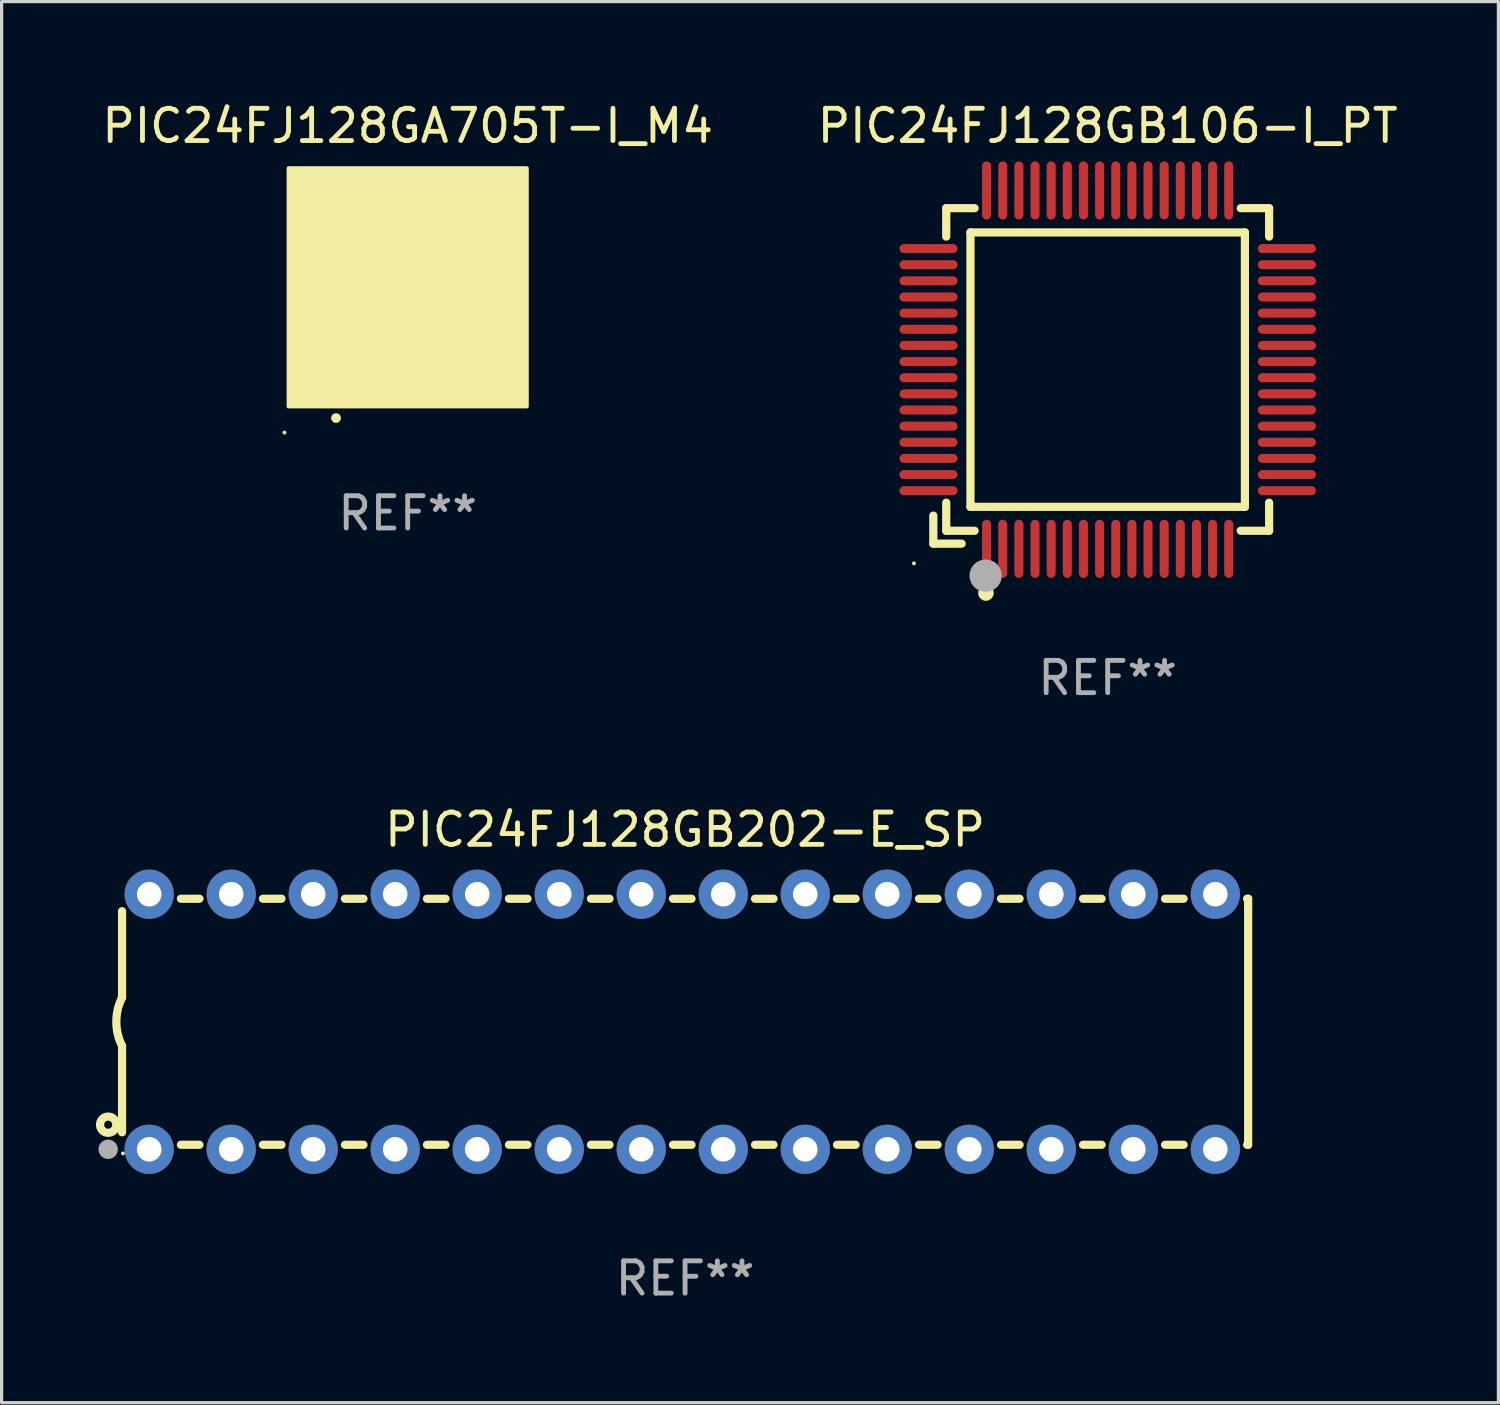
<source format=kicad_pcb>
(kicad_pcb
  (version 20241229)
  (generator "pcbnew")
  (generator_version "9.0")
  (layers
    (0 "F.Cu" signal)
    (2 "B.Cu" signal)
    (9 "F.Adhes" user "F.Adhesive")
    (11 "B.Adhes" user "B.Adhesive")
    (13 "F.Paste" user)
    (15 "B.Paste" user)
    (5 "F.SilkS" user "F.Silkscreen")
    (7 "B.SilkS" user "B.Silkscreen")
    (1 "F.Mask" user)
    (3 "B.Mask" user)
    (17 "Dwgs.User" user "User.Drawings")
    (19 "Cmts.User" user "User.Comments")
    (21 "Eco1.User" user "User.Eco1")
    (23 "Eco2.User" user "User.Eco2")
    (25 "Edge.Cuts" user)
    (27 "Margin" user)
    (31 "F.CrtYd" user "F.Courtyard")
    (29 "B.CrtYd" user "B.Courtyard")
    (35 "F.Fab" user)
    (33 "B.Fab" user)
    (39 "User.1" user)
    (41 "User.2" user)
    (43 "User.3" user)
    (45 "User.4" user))
  (footprint "PIC24FJ128GB106-I_PT"
    (layer "F.Cu")
    (at 31.256 8.398)
    (property "Reference" "PIC24FJ128GB106-I_PT" (at 0 -7.55 0) (layer "F.SilkS") (effects (font (size 1 1) (thickness 0.15))))
    (attr through_hole)
    (fp_line (start -5.4 4.521) (end -5.4 5.39) (stroke (width 0.254) (type solid)) (layer "F.SilkS"))
    (fp_line (start -5.4 5.39) (end -4.521 5.39) (stroke (width 0.254) (type solid)) (layer "F.SilkS"))
    (fp_line (start -5 -5) (end -5 -4.121) (stroke (width 0.254) (type solid)) (layer "F.SilkS"))
    (fp_line (start -5 4.121) (end -5 4.99) (stroke (width 0.254) (type solid)) (layer "F.SilkS"))
    (fp_line (start -5 4.99) (end -4.121 4.99) (stroke (width 0.254) (type solid)) (layer "F.SilkS"))
    (fp_line (start -4.25 -4.25) (end -4.25 4.25) (stroke (width 0.254) (type solid)) (layer "F.SilkS"))
    (fp_line (start -4.25 4.25) (end 4.25 4.25) (stroke (width 0.254) (type solid)) (layer "F.SilkS"))
    (fp_line (start -4.121 -5) (end -5 -5) (stroke (width 0.254) (type solid)) (layer "F.SilkS"))
    (fp_line (start 4.121 4.99) (end 5 4.99) (stroke (width 0.254) (type solid)) (layer "F.SilkS"))
    (fp_line (start 4.25 -4.25) (end -4.25 -4.25) (stroke (width 0.254) (type solid)) (layer "F.SilkS"))
    (fp_line (start 4.25 4.25) (end 4.25 -4.25) (stroke (width 0.254) (type solid)) (layer "F.SilkS"))
    (fp_line (start 5 -5) (end 4.121 -5) (stroke (width 0.254) (type solid)) (layer "F.SilkS"))
    (fp_line (start 5 -4.121) (end 5 -5) (stroke (width 0.254) (type solid)) (layer "F.SilkS"))
    (fp_line (start 5 4.99) (end 5 4.121) (stroke (width 0.254) (type solid)) (layer "F.SilkS"))
    (fp_circle (center -6 6) (end -5.97 6) (stroke (width 0.06) (type solid)) (fill no) (layer "F.SilkS"))
    (fp_circle (center -3.77 6.92) (end -3.65 6.92) (stroke (width 0.24) (type solid)) (fill no) (layer "F.SilkS"))
    (fp_circle (center -3.78 6.38) (end -3.53 6.38) (stroke (width 0.5) (type solid)) (fill no) (layer "F.Fab"))
    (fp_text user "REF**" (at 0 9.55 0) (layer "F.Fab") (effects (font (size 1 1) (thickness 0.15))))
    (pad "1" smd oval (at -3.75 5.55) (size 0.28 1.8) (layers "F.Cu" "F.Mask" "F.Paste"))
    (pad "2" smd oval (at -3.25 5.55) (size 0.28 1.8) (layers "F.Cu" "F.Mask" "F.Paste"))
    (pad "3" smd oval (at -2.75 5.55) (size 0.28 1.8) (layers "F.Cu" "F.Mask" "F.Paste"))
    (pad "4" smd oval (at -2.25 5.55) (size 0.28 1.8) (layers "F.Cu" "F.Mask" "F.Paste"))
    (pad "5" smd oval (at -1.75 5.55) (size 0.28 1.8) (layers "F.Cu" "F.Mask" "F.Paste"))
    (pad "6" smd oval (at -1.25 5.55) (size 0.28 1.8) (layers "F.Cu" "F.Mask" "F.Paste"))
    (pad "7" smd oval (at -0.75 5.55) (size 0.28 1.8) (layers "F.Cu" "F.Mask" "F.Paste"))
    (pad "8" smd oval (at -0.25 5.55) (size 0.28 1.8) (layers "F.Cu" "F.Mask" "F.Paste"))
    (pad "9" smd oval (at 0.25 5.55) (size 0.28 1.8) (layers "F.Cu" "F.Mask" "F.Paste"))
    (pad "10" smd oval (at 0.75 5.55) (size 0.28 1.8) (layers "F.Cu" "F.Mask" "F.Paste"))
    (pad "11" smd oval (at 1.25 5.55) (size 0.28 1.8) (layers "F.Cu" "F.Mask" "F.Paste"))
    (pad "12" smd oval (at 1.75 5.55) (size 0.28 1.8) (layers "F.Cu" "F.Mask" "F.Paste"))
    (pad "13" smd oval (at 2.25 5.55) (size 0.28 1.8) (layers "F.Cu" "F.Mask" "F.Paste"))
    (pad "14" smd oval (at 2.75 5.55) (size 0.28 1.8) (layers "F.Cu" "F.Mask" "F.Paste"))
    (pad "15" smd oval (at 3.25 5.55) (size 0.28 1.8) (layers "F.Cu" "F.Mask" "F.Paste"))
    (pad "16" smd oval (at 3.75 5.55) (size 0.28 1.8) (layers "F.Cu" "F.Mask" "F.Paste"))
    (pad "17" smd oval (at 5.55 3.75) (size 1.8 0.28) (layers "F.Cu" "F.Mask" "F.Paste"))
    (pad "18" smd oval (at 5.55 3.25) (size 1.8 0.28) (layers "F.Cu" "F.Mask" "F.Paste"))
    (pad "19" smd oval (at 5.55 2.75) (size 1.8 0.28) (layers "F.Cu" "F.Mask" "F.Paste"))
    (pad "20" smd oval (at 5.55 2.25) (size 1.8 0.28) (layers "F.Cu" "F.Mask" "F.Paste"))
    (pad "21" smd oval (at 5.55 1.75) (size 1.8 0.28) (layers "F.Cu" "F.Mask" "F.Paste"))
    (pad "22" smd oval (at 5.55 1.25) (size 1.8 0.28) (layers "F.Cu" "F.Mask" "F.Paste"))
    (pad "23" smd oval (at 5.55 0.75) (size 1.8 0.28) (layers "F.Cu" "F.Mask" "F.Paste"))
    (pad "24" smd oval (at 5.55 0.25) (size 1.8 0.28) (layers "F.Cu" "F.Mask" "F.Paste"))
    (pad "25" smd oval (at 5.55 -0.25) (size 1.8 0.28) (layers "F.Cu" "F.Mask" "F.Paste"))
    (pad "26" smd oval (at 5.55 -0.75) (size 1.8 0.28) (layers "F.Cu" "F.Mask" "F.Paste"))
    (pad "27" smd oval (at 5.55 -1.25) (size 1.8 0.28) (layers "F.Cu" "F.Mask" "F.Paste"))
    (pad "28" smd oval (at 5.55 -1.75) (size 1.8 0.28) (layers "F.Cu" "F.Mask" "F.Paste"))
    (pad "29" smd oval (at 5.55 -2.25) (size 1.8 0.28) (layers "F.Cu" "F.Mask" "F.Paste"))
    (pad "30" smd oval (at 5.55 -2.75) (size 1.8 0.28) (layers "F.Cu" "F.Mask" "F.Paste"))
    (pad "31" smd oval (at 5.55 -3.25) (size 1.8 0.28) (layers "F.Cu" "F.Mask" "F.Paste"))
    (pad "32" smd oval (at 5.55 -3.75) (size 1.8 0.28) (layers "F.Cu" "F.Mask" "F.Paste"))
    (pad "33" smd oval (at 3.75 -5.55) (size 0.28 1.8) (layers "F.Cu" "F.Mask" "F.Paste"))
    (pad "34" smd oval (at 3.25 -5.55) (size 0.28 1.8) (layers "F.Cu" "F.Mask" "F.Paste"))
    (pad "35" smd oval (at 2.75 -5.55) (size 0.28 1.8) (layers "F.Cu" "F.Mask" "F.Paste"))
    (pad "36" smd oval (at 2.25 -5.55) (size 0.28 1.8) (layers "F.Cu" "F.Mask" "F.Paste"))
    (pad "37" smd oval (at 1.75 -5.55) (size 0.28 1.8) (layers "F.Cu" "F.Mask" "F.Paste"))
    (pad "38" smd oval (at 1.25 -5.55) (size 0.28 1.8) (layers "F.Cu" "F.Mask" "F.Paste"))
    (pad "39" smd oval (at 0.75 -5.55) (size 0.28 1.8) (layers "F.Cu" "F.Mask" "F.Paste"))
    (pad "40" smd oval (at 0.25 -5.55) (size 0.28 1.8) (layers "F.Cu" "F.Mask" "F.Paste"))
    (pad "41" smd oval (at -0.25 -5.55) (size 0.28 1.8) (layers "F.Cu" "F.Mask" "F.Paste"))
    (pad "42" smd oval (at -0.75 -5.55) (size 0.28 1.8) (layers "F.Cu" "F.Mask" "F.Paste"))
    (pad "43" smd oval (at -1.25 -5.55) (size 0.28 1.8) (layers "F.Cu" "F.Mask" "F.Paste"))
    (pad "44" smd oval (at -1.75 -5.55) (size 0.28 1.8) (layers "F.Cu" "F.Mask" "F.Paste"))
    (pad "45" smd oval (at -2.25 -5.55) (size 0.28 1.8) (layers "F.Cu" "F.Mask" "F.Paste"))
    (pad "46" smd oval (at -2.75 -5.55) (size 0.28 1.8) (layers "F.Cu" "F.Mask" "F.Paste"))
    (pad "47" smd oval (at -3.25 -5.55) (size 0.28 1.8) (layers "F.Cu" "F.Mask" "F.Paste"))
    (pad "48" smd oval (at -3.75 -5.55) (size 0.28 1.8) (layers "F.Cu" "F.Mask" "F.Paste"))
    (pad "49" smd oval (at -5.55 -3.75) (size 1.8 0.28) (layers "F.Cu" "F.Mask" "F.Paste"))
    (pad "50" smd oval (at -5.55 -3.25) (size 1.8 0.28) (layers "F.Cu" "F.Mask" "F.Paste"))
    (pad "51" smd oval (at -5.55 -2.75) (size 1.8 0.28) (layers "F.Cu" "F.Mask" "F.Paste"))
    (pad "52" smd oval (at -5.55 -2.25) (size 1.8 0.28) (layers "F.Cu" "F.Mask" "F.Paste"))
    (pad "53" smd oval (at -5.55 -1.75) (size 1.8 0.28) (layers "F.Cu" "F.Mask" "F.Paste"))
    (pad "54" smd oval (at -5.55 -1.25) (size 1.8 0.28) (layers "F.Cu" "F.Mask" "F.Paste"))
    (pad "55" smd oval (at -5.55 -0.75) (size 1.8 0.28) (layers "F.Cu" "F.Mask" "F.Paste"))
    (pad "56" smd oval (at -5.55 -0.25) (size 1.8 0.28) (layers "F.Cu" "F.Mask" "F.Paste"))
    (pad "57" smd oval (at -5.55 0.25) (size 1.8 0.28) (layers "F.Cu" "F.Mask" "F.Paste"))
    (pad "58" smd oval (at -5.55 0.75) (size 1.8 0.28) (layers "F.Cu" "F.Mask" "F.Paste"))
    (pad "59" smd oval (at -5.55 1.25) (size 1.8 0.28) (layers "F.Cu" "F.Mask" "F.Paste"))
    (pad "60" smd oval (at -5.55 1.75) (size 1.8 0.28) (layers "F.Cu" "F.Mask" "F.Paste"))
    (pad "61" smd oval (at -5.55 2.25) (size 1.8 0.28) (layers "F.Cu" "F.Mask" "F.Paste"))
    (pad "62" smd oval (at -5.55 2.75) (size 1.8 0.28) (layers "F.Cu" "F.Mask" "F.Paste"))
    (pad "63" smd oval (at -5.55 3.25) (size 1.8 0.28) (layers "F.Cu" "F.Mask" "F.Paste"))
    (pad "64" smd oval (at -5.55 3.75) (size 1.8 0.28) (layers "F.Cu" "F.Mask" "F.Paste")))
  (footprint "PIC24FJ128GB202-E_SP"
    (layer "F.Cu")
    (at 18.168 28.595)
    (property "Reference" "PIC24FJ128GB202-E_SP" (at 0 -5.95 0) (layer "F.SilkS") (effects (font (size 1 1) (thickness 0.15))))
    (attr through_hole)
    (fp_line (start -17.438 0.75) (end -17.438 3.423) (stroke (width 0.254) (type solid)) (layer "F.SilkS"))
    (fp_line (start -17.438 -3.423) (end -17.438 -0.75) (stroke (width 0.254) (type solid)) (layer "F.SilkS"))
    (fp_line (start -15.615 3.81) (end -15.041 3.81) (stroke (width 0.254) (type solid)) (layer "F.SilkS"))
    (fp_line (start -15.041 -3.81) (end -15.614 -3.81) (stroke (width 0.254) (type solid)) (layer "F.SilkS"))
    (fp_line (start -13.075 3.81) (end -12.501 3.81) (stroke (width 0.254) (type solid)) (layer "F.SilkS"))
    (fp_line (start -12.501 -3.81) (end -13.074 -3.81) (stroke (width 0.254) (type solid)) (layer "F.SilkS"))
    (fp_line (start -10.535 3.81) (end -9.961 3.81) (stroke (width 0.254) (type solid)) (layer "F.SilkS"))
    (fp_line (start -9.961 -3.81) (end -10.534 -3.81) (stroke (width 0.254) (type solid)) (layer "F.SilkS"))
    (fp_line (start -7.995 3.81) (end -7.421 3.81) (stroke (width 0.254) (type solid)) (layer "F.SilkS"))
    (fp_line (start -7.421 -3.81) (end -7.995 -3.81) (stroke (width 0.254) (type solid)) (layer "F.SilkS"))
    (fp_line (start -5.455 3.81) (end -4.881 3.81) (stroke (width 0.254) (type solid)) (layer "F.SilkS"))
    (fp_line (start -4.881 -3.81) (end -5.455 -3.81) (stroke (width 0.254) (type solid)) (layer "F.SilkS"))
    (fp_line (start -2.915 3.81) (end -2.341 3.81) (stroke (width 0.254) (type solid)) (layer "F.SilkS"))
    (fp_line (start -2.341 -3.81) (end -2.915 -3.81) (stroke (width 0.254) (type solid)) (layer "F.SilkS"))
    (fp_line (start -0.375 3.81) (end 0.199 3.81) (stroke (width 0.254) (type solid)) (layer "F.SilkS"))
    (fp_line (start 0.199 -3.81) (end -0.375 -3.81) (stroke (width 0.254) (type solid)) (layer "F.SilkS"))
    (fp_line (start 2.165 3.81) (end 2.739 3.81) (stroke (width 0.254) (type solid)) (layer "F.SilkS"))
    (fp_line (start 2.739 -3.81) (end 2.165 -3.81) (stroke (width 0.254) (type solid)) (layer "F.SilkS"))
    (fp_line (start 4.705 3.81) (end 5.279 3.81) (stroke (width 0.254) (type solid)) (layer "F.SilkS"))
    (fp_line (start 5.279 -3.81) (end 4.705 -3.81) (stroke (width 0.254) (type solid)) (layer "F.SilkS"))
    (fp_line (start 7.245 3.81) (end 7.819 3.81) (stroke (width 0.254) (type solid)) (layer "F.SilkS"))
    (fp_line (start 7.819 -3.81) (end 7.245 -3.81) (stroke (width 0.254) (type solid)) (layer "F.SilkS"))
    (fp_line (start 9.785 3.81) (end 10.359 3.81) (stroke (width 0.254) (type solid)) (layer "F.SilkS"))
    (fp_line (start 10.359 -3.81) (end 9.785 -3.81) (stroke (width 0.254) (type solid)) (layer "F.SilkS"))
    (fp_line (start 12.325 3.81) (end 12.899 3.81) (stroke (width 0.254) (type solid)) (layer "F.SilkS"))
    (fp_line (start 12.899 -3.81) (end 12.325 -3.81) (stroke (width 0.254) (type solid)) (layer "F.SilkS"))
    (fp_line (start 14.865 3.81) (end 15.439 3.81) (stroke (width 0.254) (type solid)) (layer "F.SilkS"))
    (fp_line (start 15.439 -3.81) (end 14.865 -3.81) (stroke (width 0.254) (type solid)) (layer "F.SilkS"))
    (fp_line (start 17.405 3.81) (end 17.438 3.81) (stroke (width 0.254) (type solid)) (layer "F.SilkS"))
    (fp_line (start 17.438 -3.81) (end 17.405 -3.81) (stroke (width 0.254) (type solid)) (layer "F.SilkS"))
    (fp_line (start 17.438 -3.556) (end 17.438 -3.81) (stroke (width 0.254) (type solid)) (layer "F.SilkS"))
    (fp_line (start 17.438 3.81) (end 17.438 -3.556) (stroke (width 0.254) (type solid)) (layer "F.SilkS"))
    (fp_arc (start -17.437986 0.749657) (mid -17.614887 -0.000024) (end -17.437783 -0.749657) (stroke (width 0.254001) (type solid)) (layer "F.SilkS"))
    (fp_circle (center -17.868 3.188) (end -17.743 3.188) (stroke (width 0.254) (type solid)) (fill no) (layer "F.SilkS"))
    (fp_circle (center -17.411 4.077) (end -17.381 4.077) (stroke (width 0.06) (type solid)) (fill no) (layer "F.SilkS"))
    (fp_circle (center -17.868 3.95) (end -17.718 3.95) (stroke (width 0.3) (type solid)) (fill no) (layer "F.Fab"))
    (fp_text user "REF**" (at 0 7.95 0) (layer "F.Fab") (effects (font (size 1 1) (thickness 0.15))))
    (pad "1" thru_hole circle (at -16.598 3.95) (size 1.524 1.524) (drill 0.762) (layers "*.Cu" "*.Mask"))
    (pad "2" thru_hole circle (at -14.058 3.95) (size 1.524 1.524) (drill 0.762) (layers "*.Cu" "*.Mask"))
    (pad "3" thru_hole circle (at -11.518 3.95) (size 1.524 1.524) (drill 0.762) (layers "*.Cu" "*.Mask"))
    (pad "4" thru_hole circle (at -8.978 3.95) (size 1.524 1.524) (drill 0.762) (layers "*.Cu" "*.Mask"))
    (pad "5" thru_hole circle (at -6.438 3.95) (size 1.524 1.524) (drill 0.762) (layers "*.Cu" "*.Mask"))
    (pad "6" thru_hole circle (at -3.898 3.95) (size 1.524 1.524) (drill 0.762) (layers "*.Cu" "*.Mask"))
    (pad "7" thru_hole circle (at -1.358 3.95) (size 1.524 1.524) (drill 0.762) (layers "*.Cu" "*.Mask"))
    (pad "8" thru_hole circle (at 1.182 3.95) (size 1.524 1.524) (drill 0.762) (layers "*.Cu" "*.Mask"))
    (pad "9" thru_hole circle (at 3.722 3.95) (size 1.524 1.524) (drill 0.762) (layers "*.Cu" "*.Mask"))
    (pad "10" thru_hole circle (at 6.262 3.95) (size 1.524 1.524) (drill 0.762) (layers "*.Cu" "*.Mask"))
    (pad "11" thru_hole circle (at 8.802 3.95) (size 1.524 1.524) (drill 0.762) (layers "*.Cu" "*.Mask"))
    (pad "12" thru_hole circle (at 11.342 3.95) (size 1.524 1.524) (drill 0.762) (layers "*.Cu" "*.Mask"))
    (pad "13" thru_hole circle (at 13.882 3.95) (size 1.524 1.524) (drill 0.762) (layers "*.Cu" "*.Mask"))
    (pad "14" thru_hole circle (at 16.422 3.95) (size 1.524 1.524) (drill 0.762) (layers "*.Cu" "*.Mask"))
    (pad "15" thru_hole circle (at 16.422 -3.95) (size 1.524 1.524) (drill 0.762) (layers "*.Cu" "*.Mask"))
    (pad "16" thru_hole circle (at 13.882 -3.95) (size 1.524 1.524) (drill 0.762) (layers "*.Cu" "*.Mask"))
    (pad "17" thru_hole circle (at 11.342 -3.95) (size 1.524 1.524) (drill 0.762) (layers "*.Cu" "*.Mask"))
    (pad "18" thru_hole circle (at 8.802 -3.95) (size 1.524 1.524) (drill 0.762) (layers "*.Cu" "*.Mask"))
    (pad "19" thru_hole circle (at 6.262 -3.95) (size 1.524 1.524) (drill 0.762) (layers "*.Cu" "*.Mask"))
    (pad "20" thru_hole circle (at 3.722 -3.95) (size 1.524 1.524) (drill 0.762) (layers "*.Cu" "*.Mask"))
    (pad "21" thru_hole circle (at 1.182 -3.95) (size 1.524 1.524) (drill 0.762) (layers "*.Cu" "*.Mask"))
    (pad "22" thru_hole circle (at -1.358 -3.95) (size 1.524 1.524) (drill 0.762) (layers "*.Cu" "*.Mask"))
    (pad "23" thru_hole circle (at -3.898 -3.95) (size 1.524 1.524) (drill 0.762) (layers "*.Cu" "*.Mask"))
    (pad "24" thru_hole circle (at -6.438 -3.95) (size 1.524 1.524) (drill 0.762) (layers "*.Cu" "*.Mask"))
    (pad "25" thru_hole circle (at -8.978 -3.95) (size 1.524 1.524) (drill 0.762) (layers "*.Cu" "*.Mask"))
    (pad "26" thru_hole circle (at -11.517 -3.95) (size 1.524 1.524) (drill 0.762) (layers "*.Cu" "*.Mask"))
    (pad "27" thru_hole circle (at -14.057 -3.95) (size 1.524 1.524) (drill 0.762) (layers "*.Cu" "*.Mask"))
    (pad "28" thru_hole circle (at -16.597 -3.95) (size 1.524 1.524) (drill 0.762) (layers "*.Cu" "*.Mask")))
  (footprint "PIC24FJ128GA705T-I_M4"
    (layer "F.Cu")
    (at 9.577 5.848)
    (property "Reference" "PIC24FJ128GA705T-I_M4" (at 0 -5 0) (layer "F.SilkS") (effects (font (size 1 1) (thickness 0.15))))
    (attr through_hole)
    (fp_arc (start -2.221158 4.050013) (mid -2.219888 4.050008) (end -2.218618 4.050013) (stroke (width 0.3) (type solid)) (layer "F.SilkS"))
    (fp_circle (center -3.817 4.5) (end -3.787 4.5) (stroke (width 0.06) (type solid)) (fill no) (layer "F.SilkS"))
    (fp_poly (pts (xy -3.69 -3.69) (xy 3.69 -3.69) (xy 3.69 3.69) (xy -3.69 3.69)) (stroke (width 0.12) (type solid)) (fill yes) (layer "F.SilkS"))
    (fp_text user "REF**" (at 0 7 0) (layer "F.Fab") (effects (font (size 1 1) (thickness 0.15))))
    (pad "1" smd oval (at -2.201 3) (size 0.2 0.95) (layers "F.Cu" "F.Mask" "F.Paste"))
    (pad "2" smd oval (at -1.8 3) (size 0.2 0.95) (layers "F.Cu" "F.Mask" "F.Paste"))
    (pad "3" smd oval (at -1.401 3) (size 0.2 0.95) (layers "F.Cu" "F.Mask" "F.Paste"))
    (pad "4" smd oval (at -0.999 3) (size 0.2 0.95) (layers "F.Cu" "F.Mask" "F.Paste"))
    (pad "5" smd oval (at -0.601 3) (size 0.2 0.95) (layers "F.Cu" "F.Mask" "F.Paste"))
    (pad "6" smd oval (at -0.199 3) (size 0.2 0.95) (layers "F.Cu" "F.Mask" "F.Paste"))
    (pad "7" smd oval (at 0.199 3) (size 0.2 0.95) (layers "F.Cu" "F.Mask" "F.Paste"))
    (pad "8" smd oval (at 0.601 3) (size 0.2 0.95) (layers "F.Cu" "F.Mask" "F.Paste"))
    (pad "9" smd oval (at 0.999 3) (size 0.2 0.95) (layers "F.Cu" "F.Mask" "F.Paste"))
    (pad "10" smd oval (at 1.401 3) (size 0.2 0.95) (layers "F.Cu" "F.Mask" "F.Paste"))
    (pad "11" smd oval (at 1.8 3) (size 0.2 0.95) (layers "F.Cu" "F.Mask" "F.Paste"))
    (pad "12" smd oval (at 2.201 3) (size 0.2 0.95) (layers "F.Cu" "F.Mask" "F.Paste"))
    (pad "13" smd oval (at 3 2.198 90) (size 0.2 0.95) (layers "F.Cu" "F.Mask" "F.Paste"))
    (pad "14" smd oval (at 3 1.8 90) (size 0.2 0.95) (layers "F.Cu" "F.Mask" "F.Paste"))
    (pad "15" smd oval (at 3 1.401 90) (size 0.2 0.95) (layers "F.Cu" "F.Mask" "F.Paste"))
    (pad "16" smd oval (at 3 0.999 90) (size 0.2 0.95) (layers "F.Cu" "F.Mask" "F.Paste"))
    (pad "17" smd oval (at 3 0.601 90) (size 0.2 0.95) (layers "F.Cu" "F.Mask" "F.Paste"))
    (pad "18" smd oval (at 3 0.199 90) (size 0.2 0.95) (layers "F.Cu" "F.Mask" "F.Paste"))
    (pad "19" smd oval (at 3 -0.199 90) (size 0.2 0.95) (layers "F.Cu" "F.Mask" "F.Paste"))
    (pad "20" smd oval (at 3 -0.601 90) (size 0.2 0.95) (layers "F.Cu" "F.Mask" "F.Paste"))
    (pad "21" smd oval (at 3 -0.999 90) (size 0.2 0.95) (layers "F.Cu" "F.Mask" "F.Paste"))
    (pad "22" smd oval (at 3 -1.401 90) (size 0.2 0.95) (layers "F.Cu" "F.Mask" "F.Paste"))
    (pad "23" smd oval (at 3 -1.8 90) (size 0.2 0.95) (layers "F.Cu" "F.Mask" "F.Paste"))
    (pad "24" smd oval (at 3 -2.201 90) (size 0.2 0.95) (layers "F.Cu" "F.Mask" "F.Paste"))
    (pad "25" smd oval (at 2.201 -3 180) (size 0.2 0.95) (layers "F.Cu" "F.Mask" "F.Paste"))
    (pad "26" smd oval (at 1.8 -3 180) (size 0.2 0.95) (layers "F.Cu" "F.Mask" "F.Paste"))
    (pad "27" smd oval (at 1.401 -3 180) (size 0.2 0.95) (layers "F.Cu" "F.Mask" "F.Paste"))
    (pad "28" smd oval (at 0.999 -3 180) (size 0.2 0.95) (layers "F.Cu" "F.Mask" "F.Paste"))
    (pad "29" smd oval (at 0.601 -3 180) (size 0.2 0.95) (layers "F.Cu" "F.Mask" "F.Paste"))
    (pad "30" smd oval (at 0.199 -3 180) (size 0.2 0.95) (layers "F.Cu" "F.Mask" "F.Paste"))
    (pad "31" smd oval (at -0.199 -3 180) (size 0.2 0.95) (layers "F.Cu" "F.Mask" "F.Paste"))
    (pad "32" smd oval (at -0.601 -3 180) (size 0.2 0.95) (layers "F.Cu" "F.Mask" "F.Paste"))
    (pad "33" smd oval (at -0.999 -3 180) (size 0.2 0.95) (layers "F.Cu" "F.Mask" "F.Paste"))
    (pad "34" smd oval (at -1.401 -3 180) (size 0.2 0.95) (layers "F.Cu" "F.Mask" "F.Paste"))
    (pad "35" smd oval (at -1.8 -3 180) (size 0.2 0.95) (layers "F.Cu" "F.Mask" "F.Paste"))
    (pad "36" smd oval (at -2.201 -3 180) (size 0.2 0.95) (layers "F.Cu" "F.Mask" "F.Paste"))
    (pad "37" smd oval (at -3 -2.201 270) (size 0.2 0.95) (layers "F.Cu" "F.Mask" "F.Paste"))
    (pad "38" smd oval (at -3 -1.8 270) (size 0.2 0.95) (layers "F.Cu" "F.Mask" "F.Paste"))
    (pad "39" smd oval (at -3 -1.401 270) (size 0.2 0.95) (layers "F.Cu" "F.Mask" "F.Paste"))
    (pad "40" smd oval (at -3 -0.999 270) (size 0.2 0.95) (layers "F.Cu" "F.Mask" "F.Paste"))
    (pad "41" smd oval (at -3 -0.601 270) (size 0.2 0.95) (layers "F.Cu" "F.Mask" "F.Paste"))
    (pad "42" smd oval (at -3 -0.199 270) (size 0.2 0.95) (layers "F.Cu" "F.Mask" "F.Paste"))
    (pad "43" smd oval (at -3 0.199 270) (size 0.2 0.95) (layers "F.Cu" "F.Mask" "F.Paste"))
    (pad "44" smd oval (at -3 0.601 270) (size 0.2 0.95) (layers "F.Cu" "F.Mask" "F.Paste"))
    (pad "45" smd oval (at -3 0.999 270) (size 0.2 0.95) (layers "F.Cu" "F.Mask" "F.Paste"))
    (pad "46" smd oval (at -3 1.401 270) (size 0.2 0.95) (layers "F.Cu" "F.Mask" "F.Paste"))
    (pad "47" smd oval (at -3 1.8 270) (size 0.2 0.95) (layers "F.Cu" "F.Mask" "F.Paste"))
    (pad "48" smd oval (at -3 2.198 270) (size 0.2 0.95) (layers "F.Cu" "F.Mask" "F.Paste"))
    (pad "49" smd rect (at -3 -3 90) (size 0.9 0.9) (layers "F.Cu" "F.Mask" "F.Paste"))
    (pad "49" smd rect (at -3 3 90) (size 0.9 0.9) (layers "F.Cu" "F.Mask" "F.Paste"))
    (pad "49" smd rect (at -0.001 -0.001 90) (size 4.6 4.6) (layers "F.Cu" "F.Mask" "F.Paste"))
    (pad "49" smd rect (at 3 -3 90) (size 0.9 0.9) (layers "F.Cu" "F.Mask" "F.Paste"))
    (pad "49" smd rect (at 3 3 90) (size 0.9 0.9) (layers "F.Cu" "F.Mask" "F.Paste")))
  (gr_rect
    (start -3 -3)
    (end 43.357 40.393)
    (stroke (width 0.1) (type default))
    (fill no)
    (layer "Edge.Cuts")))
</source>
